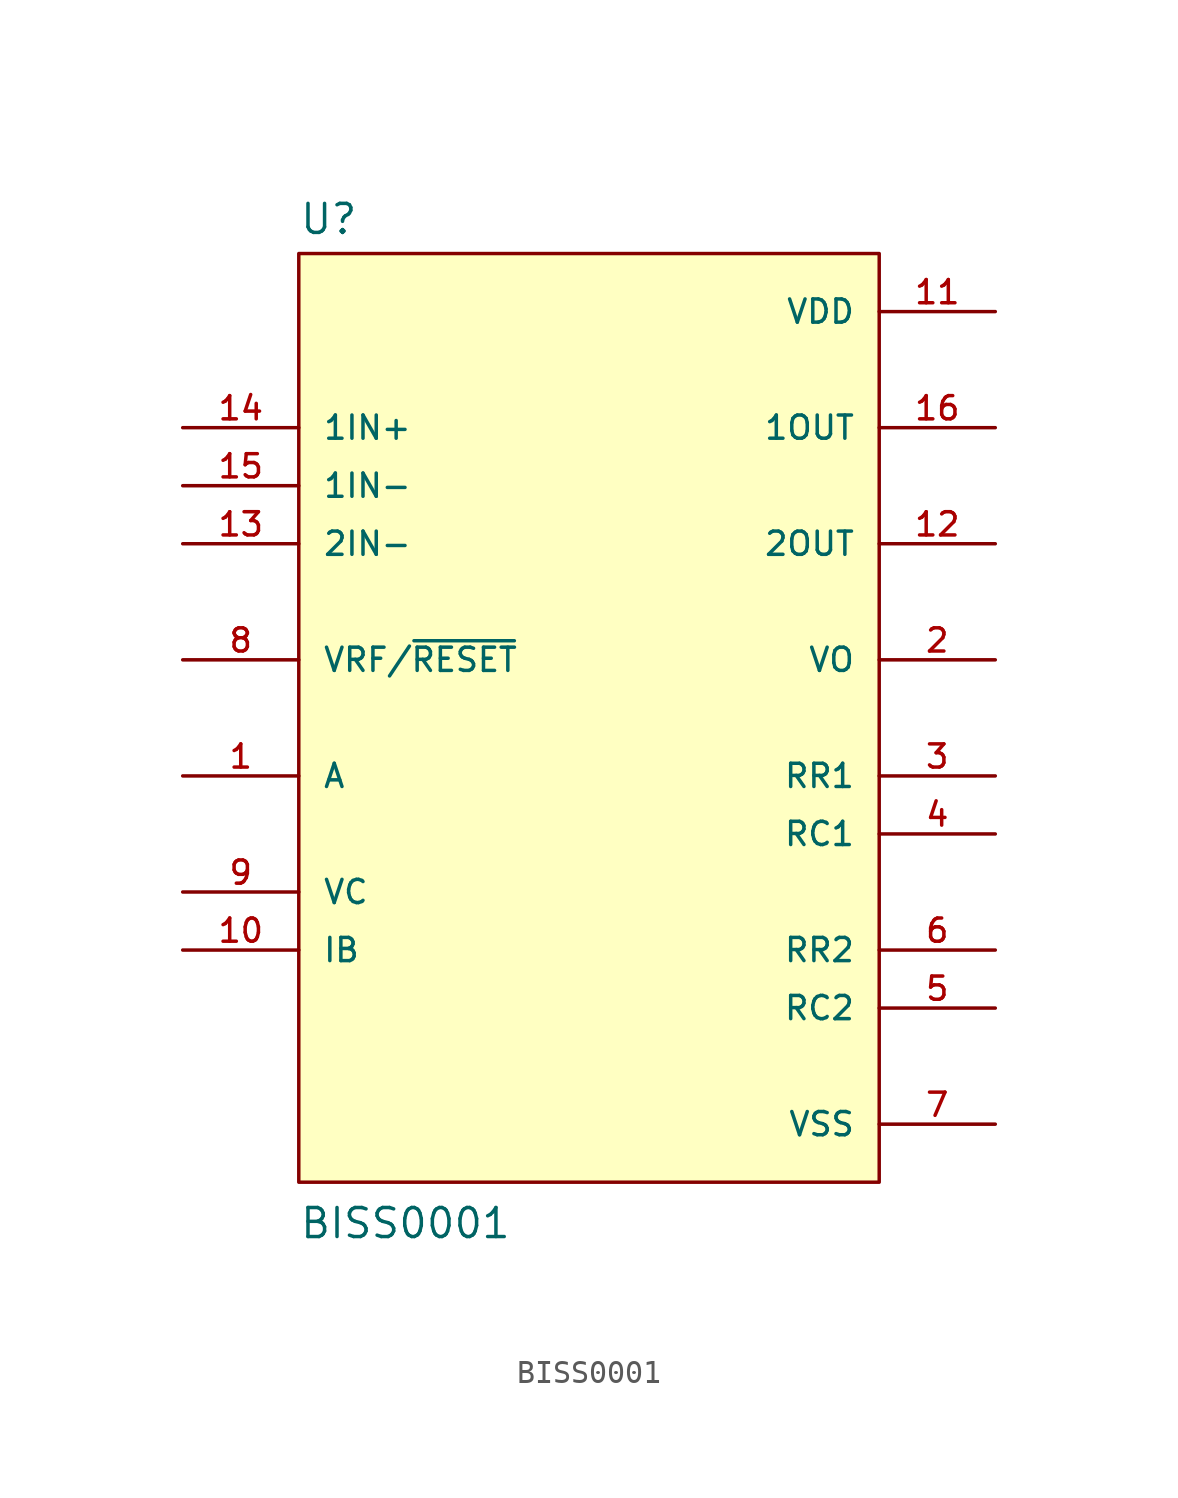
<source format=kicad_sym>
(kicad_symbol_lib
  (version 20211014)
  (generator kicad_symbol_editor)
  (symbol "BISS0001"
    (pin_names
      (offset 1.016))
    (property "Reference" "U"
      (at -12.7 21.082 0)
      (effects (font (size 1.27 1.27)) (justify bottom left)))
    (property "Value" "BISS0001"
      (at -12.7 -22.86 0)
      (effects (font (size 1.27 1.27)) (justify bottom left)))
    (symbol "BISS0001_0_0"
      (rectangle (start -12.7 -20.32) (end 12.7 20.32) (stroke (width 0.152)) (fill (type background)))
      (pin passive line (at -17.78 -2.54 0) (length 5.08) (name "A" (effects (font (size 1.016 1.016)))) (number "1" (effects (font (size 1.016 1.016)))))
      (pin passive line (at 17.78 -2.54 180.0) (length 5.08) (name "RR1" (effects (font (size 1.016 1.016)))) (number "3" (effects (font (size 1.016 1.016)))))
      (pin passive line (at 17.78 2.54 180.0) (length 5.08) (name "VO" (effects (font (size 1.016 1.016)))) (number "2" (effects (font (size 1.016 1.016)))))
      (pin passive line (at 17.78 -12.7 180.0) (length 5.08) (name "RC2" (effects (font (size 1.016 1.016)))) (number "5" (effects (font (size 1.016 1.016)))))
      (pin passive line (at 17.78 -5.08 180.0) (length 5.08) (name "RC1" (effects (font (size 1.016 1.016)))) (number "4" (effects (font (size 1.016 1.016)))))
      (pin power_in line (at 17.78 -17.78 180.0) (length 5.08) (name "VSS" (effects (font (size 1.016 1.016)))) (number "7" (effects (font (size 1.016 1.016)))))
      (pin passive line (at 17.78 -10.16 180.0) (length 5.08) (name "RR2" (effects (font (size 1.016 1.016)))) (number "6" (effects (font (size 1.016 1.016)))))
      (pin passive line (at -17.78 2.54 0) (length 5.08) (name "VRF/~{RESET}" (effects (font (size 1.016 1.016)))) (number "8" (effects (font (size 1.016 1.016)))))
      (pin passive line (at -17.78 -7.62 0) (length 5.08) (name "VC" (effects (font (size 1.016 1.016)))) (number "9" (effects (font (size 1.016 1.016)))))
      (pin passive line (at -17.78 -10.16 0) (length 5.08) (name "IB" (effects (font (size 1.016 1.016)))) (number "10" (effects (font (size 1.016 1.016)))))
      (pin power_in line (at 17.78 17.78 180.0) (length 5.08) (name "VDD" (effects (font (size 1.016 1.016)))) (number "11" (effects (font (size 1.016 1.016)))))
      (pin output line (at 17.78 7.62 180.0) (length 5.08) (name "2OUT" (effects (font (size 1.016 1.016)))) (number "12" (effects (font (size 1.016 1.016)))))
      (pin input line (at -17.78 7.62 0) (length 5.08) (name "2IN-" (effects (font (size 1.016 1.016)))) (number "13" (effects (font (size 1.016 1.016)))))
      (pin input line (at -17.78 12.7 0) (length 5.08) (name "1IN+" (effects (font (size 1.016 1.016)))) (number "14" (effects (font (size 1.016 1.016)))))
      (pin input line (at -17.78 10.16 0) (length 5.08) (name "1IN-" (effects (font (size 1.016 1.016)))) (number "15" (effects (font (size 1.016 1.016)))))
      (pin output line (at 17.78 12.7 180.0) (length 5.08) (name "1OUT" (effects (font (size 1.016 1.016)))) (number "16" (effects (font (size 1.016 1.016))))))))
</source>
